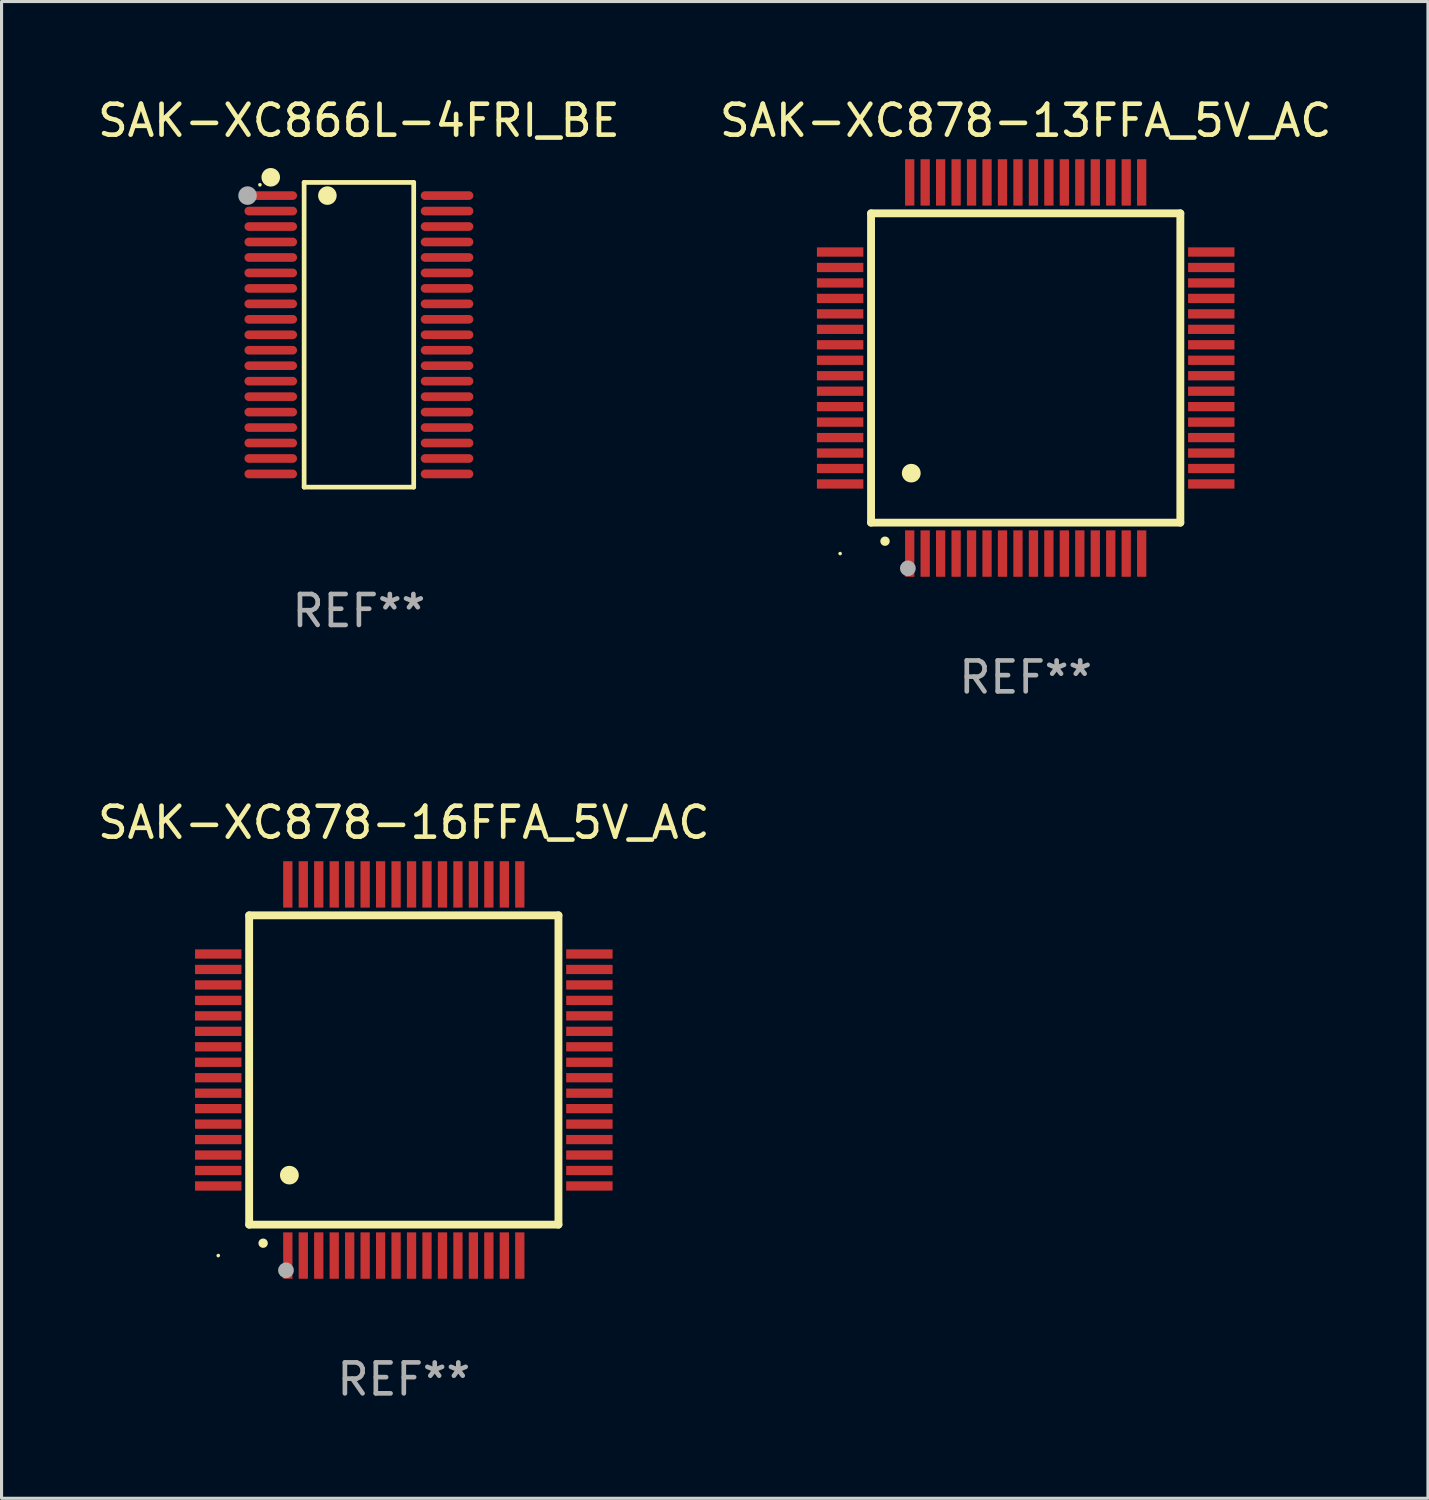
<source format=kicad_pcb>
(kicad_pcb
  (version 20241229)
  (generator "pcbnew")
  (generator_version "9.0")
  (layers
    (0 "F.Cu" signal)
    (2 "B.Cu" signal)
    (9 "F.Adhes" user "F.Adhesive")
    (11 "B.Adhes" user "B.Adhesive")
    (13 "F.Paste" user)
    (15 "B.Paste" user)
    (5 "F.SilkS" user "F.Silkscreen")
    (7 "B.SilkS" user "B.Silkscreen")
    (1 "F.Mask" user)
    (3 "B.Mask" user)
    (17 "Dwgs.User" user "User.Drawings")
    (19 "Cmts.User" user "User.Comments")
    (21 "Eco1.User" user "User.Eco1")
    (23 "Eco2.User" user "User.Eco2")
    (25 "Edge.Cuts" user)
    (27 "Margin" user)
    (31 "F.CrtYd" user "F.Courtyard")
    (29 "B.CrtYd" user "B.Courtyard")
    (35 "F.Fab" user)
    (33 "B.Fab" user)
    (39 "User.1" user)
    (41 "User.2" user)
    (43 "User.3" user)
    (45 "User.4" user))
  (footprint "SAK-XC878-13FFA_5V_AC"
    (layer "F.Cu")
    (at 30.113 8.848)
    (property "Reference" "SAK-XC878-13FFA_5V_AC" (at 0 -8 0) (layer "F.SilkS") (effects (font (size 1 1) (thickness 0.15))))
    (attr through_hole)
    (fp_line (start -5 -5) (end -5 5) (stroke (width 0.254) (type solid)) (layer "F.SilkS"))
    (fp_line (start -5 -5) (end 5 -5) (stroke (width 0.254) (type solid)) (layer "F.SilkS"))
    (fp_line (start -5 5) (end 5 5) (stroke (width 0.254) (type solid)) (layer "F.SilkS"))
    (fp_line (start 5 -5) (end 5 5) (stroke (width 0.254) (type solid)) (layer "F.SilkS"))
    (fp_arc (start -4.549987 5.6) (mid -4.548717 5.599995) (end -4.547447 5.6) (stroke (width 0.3) (type solid)) (layer "F.SilkS"))
    (fp_arc (start -3.703835 3.400076) (mid -3.700025 3.400052) (end -3.696215 3.400076) (stroke (width 0.6) (type solid)) (layer "F.SilkS"))
    (fp_circle (center -6 6) (end -5.97 6) (stroke (width 0.06) (type solid)) (fill no) (layer "F.SilkS"))
    (fp_circle (center -3.81 6.477) (end -3.683 6.477) (stroke (width 0.254) (type solid)) (fill no) (layer "F.Fab"))
    (fp_text user "REF**" (at 0 10 0) (layer "F.Fab") (effects (font (size 1 1) (thickness 0.15))))
    (pad "1" smd rect (at -3.75 6 180) (size 0.3 1.5) (layers "F.Cu" "F.Mask" "F.Paste"))
    (pad "2" smd rect (at -3.25 6 180) (size 0.3 1.5) (layers "F.Cu" "F.Mask" "F.Paste"))
    (pad "3" smd rect (at -2.75 6 180) (size 0.3 1.5) (layers "F.Cu" "F.Mask" "F.Paste"))
    (pad "4" smd rect (at -2.25 6 180) (size 0.3 1.5) (layers "F.Cu" "F.Mask" "F.Paste"))
    (pad "5" smd rect (at -1.75 6 180) (size 0.3 1.5) (layers "F.Cu" "F.Mask" "F.Paste"))
    (pad "6" smd rect (at -1.25 6 180) (size 0.3 1.5) (layers "F.Cu" "F.Mask" "F.Paste"))
    (pad "7" smd rect (at -0.75 6 180) (size 0.3 1.5) (layers "F.Cu" "F.Mask" "F.Paste"))
    (pad "8" smd rect (at -0.25 6 180) (size 0.3 1.5) (layers "F.Cu" "F.Mask" "F.Paste"))
    (pad "9" smd rect (at 0.25 6 180) (size 0.3 1.5) (layers "F.Cu" "F.Mask" "F.Paste"))
    (pad "10" smd rect (at 0.75 6 180) (size 0.3 1.5) (layers "F.Cu" "F.Mask" "F.Paste"))
    (pad "11" smd rect (at 1.25 6 180) (size 0.3 1.5) (layers "F.Cu" "F.Mask" "F.Paste"))
    (pad "12" smd rect (at 1.75 6 180) (size 0.3 1.5) (layers "F.Cu" "F.Mask" "F.Paste"))
    (pad "13" smd rect (at 2.25 6 180) (size 0.3 1.5) (layers "F.Cu" "F.Mask" "F.Paste"))
    (pad "14" smd rect (at 2.75 6 180) (size 0.3 1.5) (layers "F.Cu" "F.Mask" "F.Paste"))
    (pad "15" smd rect (at 3.25 6 180) (size 0.3 1.5) (layers "F.Cu" "F.Mask" "F.Paste"))
    (pad "16" smd rect (at 3.75 6 180) (size 0.3 1.5) (layers "F.Cu" "F.Mask" "F.Paste"))
    (pad "17" smd rect (at 6 3.75 90) (size 0.3 1.5) (layers "F.Cu" "F.Mask" "F.Paste"))
    (pad "18" smd rect (at 6 3.25 90) (size 0.3 1.5) (layers "F.Cu" "F.Mask" "F.Paste"))
    (pad "19" smd rect (at 6 2.75 90) (size 0.3 1.5) (layers "F.Cu" "F.Mask" "F.Paste"))
    (pad "20" smd rect (at 6 2.25 90) (size 0.3 1.5) (layers "F.Cu" "F.Mask" "F.Paste"))
    (pad "21" smd rect (at 6 1.75 90) (size 0.3 1.5) (layers "F.Cu" "F.Mask" "F.Paste"))
    (pad "22" smd rect (at 6 1.25 90) (size 0.3 1.5) (layers "F.Cu" "F.Mask" "F.Paste"))
    (pad "23" smd rect (at 6 0.75 90) (size 0.3 1.5) (layers "F.Cu" "F.Mask" "F.Paste"))
    (pad "24" smd rect (at 6 0.25 90) (size 0.3 1.5) (layers "F.Cu" "F.Mask" "F.Paste"))
    (pad "25" smd rect (at 6 -0.25 90) (size 0.3 1.5) (layers "F.Cu" "F.Mask" "F.Paste"))
    (pad "26" smd rect (at 6 -0.75 90) (size 0.3 1.5) (layers "F.Cu" "F.Mask" "F.Paste"))
    (pad "27" smd rect (at 6 -1.25 90) (size 0.3 1.5) (layers "F.Cu" "F.Mask" "F.Paste"))
    (pad "28" smd rect (at 6 -1.75 90) (size 0.3 1.5) (layers "F.Cu" "F.Mask" "F.Paste"))
    (pad "29" smd rect (at 6 -2.25 90) (size 0.3 1.5) (layers "F.Cu" "F.Mask" "F.Paste"))
    (pad "30" smd rect (at 6 -2.75 90) (size 0.3 1.5) (layers "F.Cu" "F.Mask" "F.Paste"))
    (pad "31" smd rect (at 6 -3.25 90) (size 0.3 1.5) (layers "F.Cu" "F.Mask" "F.Paste"))
    (pad "32" smd rect (at 6 -3.75 90) (size 0.3 1.5) (layers "F.Cu" "F.Mask" "F.Paste"))
    (pad "33" smd rect (at 3.75 -6 180) (size 0.3 1.5) (layers "F.Cu" "F.Mask" "F.Paste"))
    (pad "34" smd rect (at 3.25 -6 180) (size 0.3 1.5) (layers "F.Cu" "F.Mask" "F.Paste"))
    (pad "35" smd rect (at 2.75 -6 180) (size 0.3 1.5) (layers "F.Cu" "F.Mask" "F.Paste"))
    (pad "36" smd rect (at 2.25 -6 180) (size 0.3 1.5) (layers "F.Cu" "F.Mask" "F.Paste"))
    (pad "37" smd rect (at 1.75 -6 180) (size 0.3 1.5) (layers "F.Cu" "F.Mask" "F.Paste"))
    (pad "38" smd rect (at 1.25 -6 180) (size 0.3 1.5) (layers "F.Cu" "F.Mask" "F.Paste"))
    (pad "39" smd rect (at 0.75 -6 180) (size 0.3 1.5) (layers "F.Cu" "F.Mask" "F.Paste"))
    (pad "40" smd rect (at 0.25 -6 180) (size 0.3 1.5) (layers "F.Cu" "F.Mask" "F.Paste"))
    (pad "41" smd rect (at -0.25 -6 180) (size 0.3 1.5) (layers "F.Cu" "F.Mask" "F.Paste"))
    (pad "42" smd rect (at -0.75 -6 180) (size 0.3 1.5) (layers "F.Cu" "F.Mask" "F.Paste"))
    (pad "43" smd rect (at -1.25 -6 180) (size 0.3 1.5) (layers "F.Cu" "F.Mask" "F.Paste"))
    (pad "44" smd rect (at -1.75 -6 180) (size 0.3 1.5) (layers "F.Cu" "F.Mask" "F.Paste"))
    (pad "45" smd rect (at -2.25 -6 180) (size 0.3 1.5) (layers "F.Cu" "F.Mask" "F.Paste"))
    (pad "46" smd rect (at -2.75 -6 180) (size 0.3 1.5) (layers "F.Cu" "F.Mask" "F.Paste"))
    (pad "47" smd rect (at -3.25 -6 180) (size 0.3 1.5) (layers "F.Cu" "F.Mask" "F.Paste"))
    (pad "48" smd rect (at -3.75 -6 180) (size 0.3 1.5) (layers "F.Cu" "F.Mask" "F.Paste"))
    (pad "49" smd rect (at -6 -3.75 90) (size 0.3 1.5) (layers "F.Cu" "F.Mask" "F.Paste"))
    (pad "50" smd rect (at -6 -3.25 90) (size 0.3 1.5) (layers "F.Cu" "F.Mask" "F.Paste"))
    (pad "51" smd rect (at -6 -2.75 90) (size 0.3 1.5) (layers "F.Cu" "F.Mask" "F.Paste"))
    (pad "52" smd rect (at -6 -2.25 90) (size 0.3 1.5) (layers "F.Cu" "F.Mask" "F.Paste"))
    (pad "53" smd rect (at -6 -1.75 90) (size 0.3 1.5) (layers "F.Cu" "F.Mask" "F.Paste"))
    (pad "54" smd rect (at -6 -1.25 90) (size 0.3 1.5) (layers "F.Cu" "F.Mask" "F.Paste"))
    (pad "55" smd rect (at -6 -0.75 90) (size 0.3 1.5) (layers "F.Cu" "F.Mask" "F.Paste"))
    (pad "56" smd rect (at -6 -0.25 90) (size 0.3 1.5) (layers "F.Cu" "F.Mask" "F.Paste"))
    (pad "57" smd rect (at -6 0.25 90) (size 0.3 1.5) (layers "F.Cu" "F.Mask" "F.Paste"))
    (pad "58" smd rect (at -6 0.75 90) (size 0.3 1.5) (layers "F.Cu" "F.Mask" "F.Paste"))
    (pad "59" smd rect (at -6 1.25 90) (size 0.3 1.5) (layers "F.Cu" "F.Mask" "F.Paste"))
    (pad "60" smd rect (at -6 1.75 90) (size 0.3 1.5) (layers "F.Cu" "F.Mask" "F.Paste"))
    (pad "61" smd rect (at -6 2.25 90) (size 0.3 1.5) (layers "F.Cu" "F.Mask" "F.Paste"))
    (pad "62" smd rect (at -6 2.75 90) (size 0.3 1.5) (layers "F.Cu" "F.Mask" "F.Paste"))
    (pad "63" smd rect (at -6 3.25 90) (size 0.3 1.5) (layers "F.Cu" "F.Mask" "F.Paste"))
    (pad "64" smd rect (at -6 3.75 90) (size 0.3 1.5) (layers "F.Cu" "F.Mask" "F.Paste")))
  (footprint "SAK-XC878-16FFA_5V_AC"
    (layer "F.Cu")
    (at 10.006 31.545)
    (property "Reference" "SAK-XC878-16FFA_5V_AC" (at 0 -8 0) (layer "F.SilkS") (effects (font (size 1 1) (thickness 0.15))))
    (attr through_hole)
    (fp_line (start -5 -5) (end -5 5) (stroke (width 0.254) (type solid)) (layer "F.SilkS"))
    (fp_line (start -5 -5) (end 5 -5) (stroke (width 0.254) (type solid)) (layer "F.SilkS"))
    (fp_line (start -5 5) (end 5 5) (stroke (width 0.254) (type solid)) (layer "F.SilkS"))
    (fp_line (start 5 -5) (end 5 5) (stroke (width 0.254) (type solid)) (layer "F.SilkS"))
    (fp_arc (start -4.549987 5.6) (mid -4.548717 5.599995) (end -4.547447 5.6) (stroke (width 0.3) (type solid)) (layer "F.SilkS"))
    (fp_arc (start -3.703835 3.400076) (mid -3.700025 3.400052) (end -3.696215 3.400076) (stroke (width 0.6) (type solid)) (layer "F.SilkS"))
    (fp_circle (center -6 6) (end -5.97 6) (stroke (width 0.06) (type solid)) (fill no) (layer "F.SilkS"))
    (fp_circle (center -3.81 6.477) (end -3.683 6.477) (stroke (width 0.254) (type solid)) (fill no) (layer "F.Fab"))
    (fp_text user "REF**" (at 0 10 0) (layer "F.Fab") (effects (font (size 1 1) (thickness 0.15))))
    (pad "1" smd rect (at -3.75 6 180) (size 0.3 1.5) (layers "F.Cu" "F.Mask" "F.Paste"))
    (pad "2" smd rect (at -3.25 6 180) (size 0.3 1.5) (layers "F.Cu" "F.Mask" "F.Paste"))
    (pad "3" smd rect (at -2.75 6 180) (size 0.3 1.5) (layers "F.Cu" "F.Mask" "F.Paste"))
    (pad "4" smd rect (at -2.25 6 180) (size 0.3 1.5) (layers "F.Cu" "F.Mask" "F.Paste"))
    (pad "5" smd rect (at -1.75 6 180) (size 0.3 1.5) (layers "F.Cu" "F.Mask" "F.Paste"))
    (pad "6" smd rect (at -1.25 6 180) (size 0.3 1.5) (layers "F.Cu" "F.Mask" "F.Paste"))
    (pad "7" smd rect (at -0.75 6 180) (size 0.3 1.5) (layers "F.Cu" "F.Mask" "F.Paste"))
    (pad "8" smd rect (at -0.25 6 180) (size 0.3 1.5) (layers "F.Cu" "F.Mask" "F.Paste"))
    (pad "9" smd rect (at 0.25 6 180) (size 0.3 1.5) (layers "F.Cu" "F.Mask" "F.Paste"))
    (pad "10" smd rect (at 0.75 6 180) (size 0.3 1.5) (layers "F.Cu" "F.Mask" "F.Paste"))
    (pad "11" smd rect (at 1.25 6 180) (size 0.3 1.5) (layers "F.Cu" "F.Mask" "F.Paste"))
    (pad "12" smd rect (at 1.75 6 180) (size 0.3 1.5) (layers "F.Cu" "F.Mask" "F.Paste"))
    (pad "13" smd rect (at 2.25 6 180) (size 0.3 1.5) (layers "F.Cu" "F.Mask" "F.Paste"))
    (pad "14" smd rect (at 2.75 6 180) (size 0.3 1.5) (layers "F.Cu" "F.Mask" "F.Paste"))
    (pad "15" smd rect (at 3.25 6 180) (size 0.3 1.5) (layers "F.Cu" "F.Mask" "F.Paste"))
    (pad "16" smd rect (at 3.75 6 180) (size 0.3 1.5) (layers "F.Cu" "F.Mask" "F.Paste"))
    (pad "17" smd rect (at 6 3.75 90) (size 0.3 1.5) (layers "F.Cu" "F.Mask" "F.Paste"))
    (pad "18" smd rect (at 6 3.25 90) (size 0.3 1.5) (layers "F.Cu" "F.Mask" "F.Paste"))
    (pad "19" smd rect (at 6 2.75 90) (size 0.3 1.5) (layers "F.Cu" "F.Mask" "F.Paste"))
    (pad "20" smd rect (at 6 2.25 90) (size 0.3 1.5) (layers "F.Cu" "F.Mask" "F.Paste"))
    (pad "21" smd rect (at 6 1.75 90) (size 0.3 1.5) (layers "F.Cu" "F.Mask" "F.Paste"))
    (pad "22" smd rect (at 6 1.25 90) (size 0.3 1.5) (layers "F.Cu" "F.Mask" "F.Paste"))
    (pad "23" smd rect (at 6 0.75 90) (size 0.3 1.5) (layers "F.Cu" "F.Mask" "F.Paste"))
    (pad "24" smd rect (at 6 0.25 90) (size 0.3 1.5) (layers "F.Cu" "F.Mask" "F.Paste"))
    (pad "25" smd rect (at 6 -0.25 90) (size 0.3 1.5) (layers "F.Cu" "F.Mask" "F.Paste"))
    (pad "26" smd rect (at 6 -0.75 90) (size 0.3 1.5) (layers "F.Cu" "F.Mask" "F.Paste"))
    (pad "27" smd rect (at 6 -1.25 90) (size 0.3 1.5) (layers "F.Cu" "F.Mask" "F.Paste"))
    (pad "28" smd rect (at 6 -1.75 90) (size 0.3 1.5) (layers "F.Cu" "F.Mask" "F.Paste"))
    (pad "29" smd rect (at 6 -2.25 90) (size 0.3 1.5) (layers "F.Cu" "F.Mask" "F.Paste"))
    (pad "30" smd rect (at 6 -2.75 90) (size 0.3 1.5) (layers "F.Cu" "F.Mask" "F.Paste"))
    (pad "31" smd rect (at 6 -3.25 90) (size 0.3 1.5) (layers "F.Cu" "F.Mask" "F.Paste"))
    (pad "32" smd rect (at 6 -3.75 90) (size 0.3 1.5) (layers "F.Cu" "F.Mask" "F.Paste"))
    (pad "33" smd rect (at 3.75 -6 180) (size 0.3 1.5) (layers "F.Cu" "F.Mask" "F.Paste"))
    (pad "34" smd rect (at 3.25 -6 180) (size 0.3 1.5) (layers "F.Cu" "F.Mask" "F.Paste"))
    (pad "35" smd rect (at 2.75 -6 180) (size 0.3 1.5) (layers "F.Cu" "F.Mask" "F.Paste"))
    (pad "36" smd rect (at 2.25 -6 180) (size 0.3 1.5) (layers "F.Cu" "F.Mask" "F.Paste"))
    (pad "37" smd rect (at 1.75 -6 180) (size 0.3 1.5) (layers "F.Cu" "F.Mask" "F.Paste"))
    (pad "38" smd rect (at 1.25 -6 180) (size 0.3 1.5) (layers "F.Cu" "F.Mask" "F.Paste"))
    (pad "39" smd rect (at 0.75 -6 180) (size 0.3 1.5) (layers "F.Cu" "F.Mask" "F.Paste"))
    (pad "40" smd rect (at 0.25 -6 180) (size 0.3 1.5) (layers "F.Cu" "F.Mask" "F.Paste"))
    (pad "41" smd rect (at -0.25 -6 180) (size 0.3 1.5) (layers "F.Cu" "F.Mask" "F.Paste"))
    (pad "42" smd rect (at -0.75 -6 180) (size 0.3 1.5) (layers "F.Cu" "F.Mask" "F.Paste"))
    (pad "43" smd rect (at -1.25 -6 180) (size 0.3 1.5) (layers "F.Cu" "F.Mask" "F.Paste"))
    (pad "44" smd rect (at -1.75 -6 180) (size 0.3 1.5) (layers "F.Cu" "F.Mask" "F.Paste"))
    (pad "45" smd rect (at -2.25 -6 180) (size 0.3 1.5) (layers "F.Cu" "F.Mask" "F.Paste"))
    (pad "46" smd rect (at -2.75 -6 180) (size 0.3 1.5) (layers "F.Cu" "F.Mask" "F.Paste"))
    (pad "47" smd rect (at -3.25 -6 180) (size 0.3 1.5) (layers "F.Cu" "F.Mask" "F.Paste"))
    (pad "48" smd rect (at -3.75 -6 180) (size 0.3 1.5) (layers "F.Cu" "F.Mask" "F.Paste"))
    (pad "49" smd rect (at -6 -3.75 90) (size 0.3 1.5) (layers "F.Cu" "F.Mask" "F.Paste"))
    (pad "50" smd rect (at -6 -3.25 90) (size 0.3 1.5) (layers "F.Cu" "F.Mask" "F.Paste"))
    (pad "51" smd rect (at -6 -2.75 90) (size 0.3 1.5) (layers "F.Cu" "F.Mask" "F.Paste"))
    (pad "52" smd rect (at -6 -2.25 90) (size 0.3 1.5) (layers "F.Cu" "F.Mask" "F.Paste"))
    (pad "53" smd rect (at -6 -1.75 90) (size 0.3 1.5) (layers "F.Cu" "F.Mask" "F.Paste"))
    (pad "54" smd rect (at -6 -1.25 90) (size 0.3 1.5) (layers "F.Cu" "F.Mask" "F.Paste"))
    (pad "55" smd rect (at -6 -0.75 90) (size 0.3 1.5) (layers "F.Cu" "F.Mask" "F.Paste"))
    (pad "56" smd rect (at -6 -0.25 90) (size 0.3 1.5) (layers "F.Cu" "F.Mask" "F.Paste"))
    (pad "57" smd rect (at -6 0.25 90) (size 0.3 1.5) (layers "F.Cu" "F.Mask" "F.Paste"))
    (pad "58" smd rect (at -6 0.75 90) (size 0.3 1.5) (layers "F.Cu" "F.Mask" "F.Paste"))
    (pad "59" smd rect (at -6 1.25 90) (size 0.3 1.5) (layers "F.Cu" "F.Mask" "F.Paste"))
    (pad "60" smd rect (at -6 1.75 90) (size 0.3 1.5) (layers "F.Cu" "F.Mask" "F.Paste"))
    (pad "61" smd rect (at -6 2.25 90) (size 0.3 1.5) (layers "F.Cu" "F.Mask" "F.Paste"))
    (pad "62" smd rect (at -6 2.75 90) (size 0.3 1.5) (layers "F.Cu" "F.Mask" "F.Paste"))
    (pad "63" smd rect (at -6 3.25 90) (size 0.3 1.5) (layers "F.Cu" "F.Mask" "F.Paste"))
    (pad "64" smd rect (at -6 3.75 90) (size 0.3 1.5) (layers "F.Cu" "F.Mask" "F.Paste")))
  (footprint "SAK-XC866L-4FRI_BE"
    (layer "F.Cu")
    (at 8.554 7.774)
    (property "Reference" "SAK-XC866L-4FRI_BE" (at 0 -6.926 0) (layer "F.SilkS") (effects (font (size 1 1) (thickness 0.15))))
    (attr through_hole)
    (fp_line (start -1.771 -4.926) (end 1.772 -4.926) (stroke (width 0.152) (type solid)) (layer "F.SilkS"))
    (fp_line (start -1.771 4.926) (end -1.771 -4.926) (stroke (width 0.152) (type solid)) (layer "F.SilkS"))
    (fp_line (start 1.772 -4.926) (end 1.772 4.926) (stroke (width 0.152) (type solid)) (layer "F.SilkS"))
    (fp_line (start 1.772 4.926) (end -1.771 4.926) (stroke (width 0.152) (type solid)) (layer "F.SilkS"))
    (fp_circle (center -3.2 -4.85) (end -3.17 -4.85) (stroke (width 0.06) (type solid)) (fill no) (layer "F.SilkS"))
    (fp_circle (center -2.85 -5.092) (end -2.7 -5.092) (stroke (width 0.3) (type solid)) (fill no) (layer "F.SilkS"))
    (fp_circle (center -1.019 -4.5) (end -0.869 -4.5) (stroke (width 0.3) (type solid)) (fill no) (layer "F.SilkS"))
    (fp_circle (center -3.6 -4.5) (end -3.45 -4.5) (stroke (width 0.3) (type solid)) (fill no) (layer "F.Fab"))
    (fp_text user "REF**" (at 0 8.926 0) (layer "F.Fab") (effects (font (size 1 1) (thickness 0.15))))
    (pad "1" smd oval (at -2.85 -4.5 270) (size 0.28 1.7) (layers "F.Cu" "F.Mask" "F.Paste"))
    (pad "2" smd oval (at -2.85 -4 270) (size 0.28 1.7) (layers "F.Cu" "F.Mask" "F.Paste"))
    (pad "3" smd oval (at -2.85 -3.5 270) (size 0.28 1.7) (layers "F.Cu" "F.Mask" "F.Paste"))
    (pad "4" smd oval (at -2.85 -3 270) (size 0.28 1.7) (layers "F.Cu" "F.Mask" "F.Paste"))
    (pad "5" smd oval (at -2.85 -2.5 270) (size 0.28 1.7) (layers "F.Cu" "F.Mask" "F.Paste"))
    (pad "6" smd oval (at -2.85 -2 270) (size 0.28 1.7) (layers "F.Cu" "F.Mask" "F.Paste"))
    (pad "7" smd oval (at -2.85 -1.5 270) (size 0.28 1.7) (layers "F.Cu" "F.Mask" "F.Paste"))
    (pad "8" smd oval (at -2.85 -1 270) (size 0.28 1.7) (layers "F.Cu" "F.Mask" "F.Paste"))
    (pad "9" smd oval (at -2.85 -0.5 270) (size 0.28 1.7) (layers "F.Cu" "F.Mask" "F.Paste"))
    (pad "10" smd oval (at -2.85 0.000051 270) (size 0.28 1.7) (layers "F.Cu" "F.Mask" "F.Paste"))
    (pad "11" smd oval (at -2.85 0.5 270) (size 0.28 1.7) (layers "F.Cu" "F.Mask" "F.Paste"))
    (pad "12" smd oval (at -2.85 1 270) (size 0.28 1.7) (layers "F.Cu" "F.Mask" "F.Paste"))
    (pad "13" smd oval (at -2.85 1.5 270) (size 0.28 1.7) (layers "F.Cu" "F.Mask" "F.Paste"))
    (pad "14" smd oval (at -2.85 2 270) (size 0.28 1.7) (layers "F.Cu" "F.Mask" "F.Paste"))
    (pad "15" smd oval (at -2.85 2.5 270) (size 0.28 1.7) (layers "F.Cu" "F.Mask" "F.Paste"))
    (pad "16" smd oval (at -2.85 3 270) (size 0.28 1.7) (layers "F.Cu" "F.Mask" "F.Paste"))
    (pad "17" smd oval (at -2.85 3.5 270) (size 0.28 1.7) (layers "F.Cu" "F.Mask" "F.Paste"))
    (pad "18" smd oval (at -2.85 4 270) (size 0.28 1.7) (layers "F.Cu" "F.Mask" "F.Paste"))
    (pad "19" smd oval (at -2.85 4.5 270) (size 0.28 1.7) (layers "F.Cu" "F.Mask" "F.Paste"))
    (pad "20" smd oval (at 2.85 4.5 270) (size 0.28 1.7) (layers "F.Cu" "F.Mask" "F.Paste"))
    (pad "21" smd oval (at 2.85 4 270) (size 0.28 1.7) (layers "F.Cu" "F.Mask" "F.Paste"))
    (pad "22" smd oval (at 2.85 3.5 270) (size 0.28 1.7) (layers "F.Cu" "F.Mask" "F.Paste"))
    (pad "23" smd oval (at 2.85 3 270) (size 0.28 1.7) (layers "F.Cu" "F.Mask" "F.Paste"))
    (pad "24" smd oval (at 2.85 2.5 270) (size 0.28 1.7) (layers "F.Cu" "F.Mask" "F.Paste"))
    (pad "25" smd oval (at 2.85 2 270) (size 0.28 1.7) (layers "F.Cu" "F.Mask" "F.Paste"))
    (pad "26" smd oval (at 2.85 1.5 270) (size 0.28 1.7) (layers "F.Cu" "F.Mask" "F.Paste"))
    (pad "27" smd oval (at 2.85 1 270) (size 0.28 1.7) (layers "F.Cu" "F.Mask" "F.Paste"))
    (pad "28" smd oval (at 2.85 0.5 270) (size 0.28 1.7) (layers "F.Cu" "F.Mask" "F.Paste"))
    (pad "29" smd oval (at 2.85 0.000051 270) (size 0.28 1.7) (layers "F.Cu" "F.Mask" "F.Paste"))
    (pad "30" smd oval (at 2.85 -0.5 270) (size 0.28 1.7) (layers "F.Cu" "F.Mask" "F.Paste"))
    (pad "31" smd oval (at 2.85 -1 270) (size 0.28 1.7) (layers "F.Cu" "F.Mask" "F.Paste"))
    (pad "32" smd oval (at 2.85 -1.5 270) (size 0.28 1.7) (layers "F.Cu" "F.Mask" "F.Paste"))
    (pad "33" smd oval (at 2.85 -2 270) (size 0.28 1.7) (layers "F.Cu" "F.Mask" "F.Paste"))
    (pad "34" smd oval (at 2.85 -2.5 270) (size 0.28 1.7) (layers "F.Cu" "F.Mask" "F.Paste"))
    (pad "35" smd oval (at 2.85 -3 270) (size 0.28 1.7) (layers "F.Cu" "F.Mask" "F.Paste"))
    (pad "36" smd oval (at 2.85 -3.5 270) (size 0.28 1.7) (layers "F.Cu" "F.Mask" "F.Paste"))
    (pad "37" smd oval (at 2.85 -4 270) (size 0.28 1.7) (layers "F.Cu" "F.Mask" "F.Paste"))
    (pad "38" smd oval (at 2.85 -4.5 270) (size 0.28 1.7) (layers "F.Cu" "F.Mask" "F.Paste")))
  (gr_rect
    (start -3 -3)
    (end 43.119 45.393)
    (stroke (width 0.1) (type default))
    (fill no)
    (layer "Edge.Cuts")))
</source>
